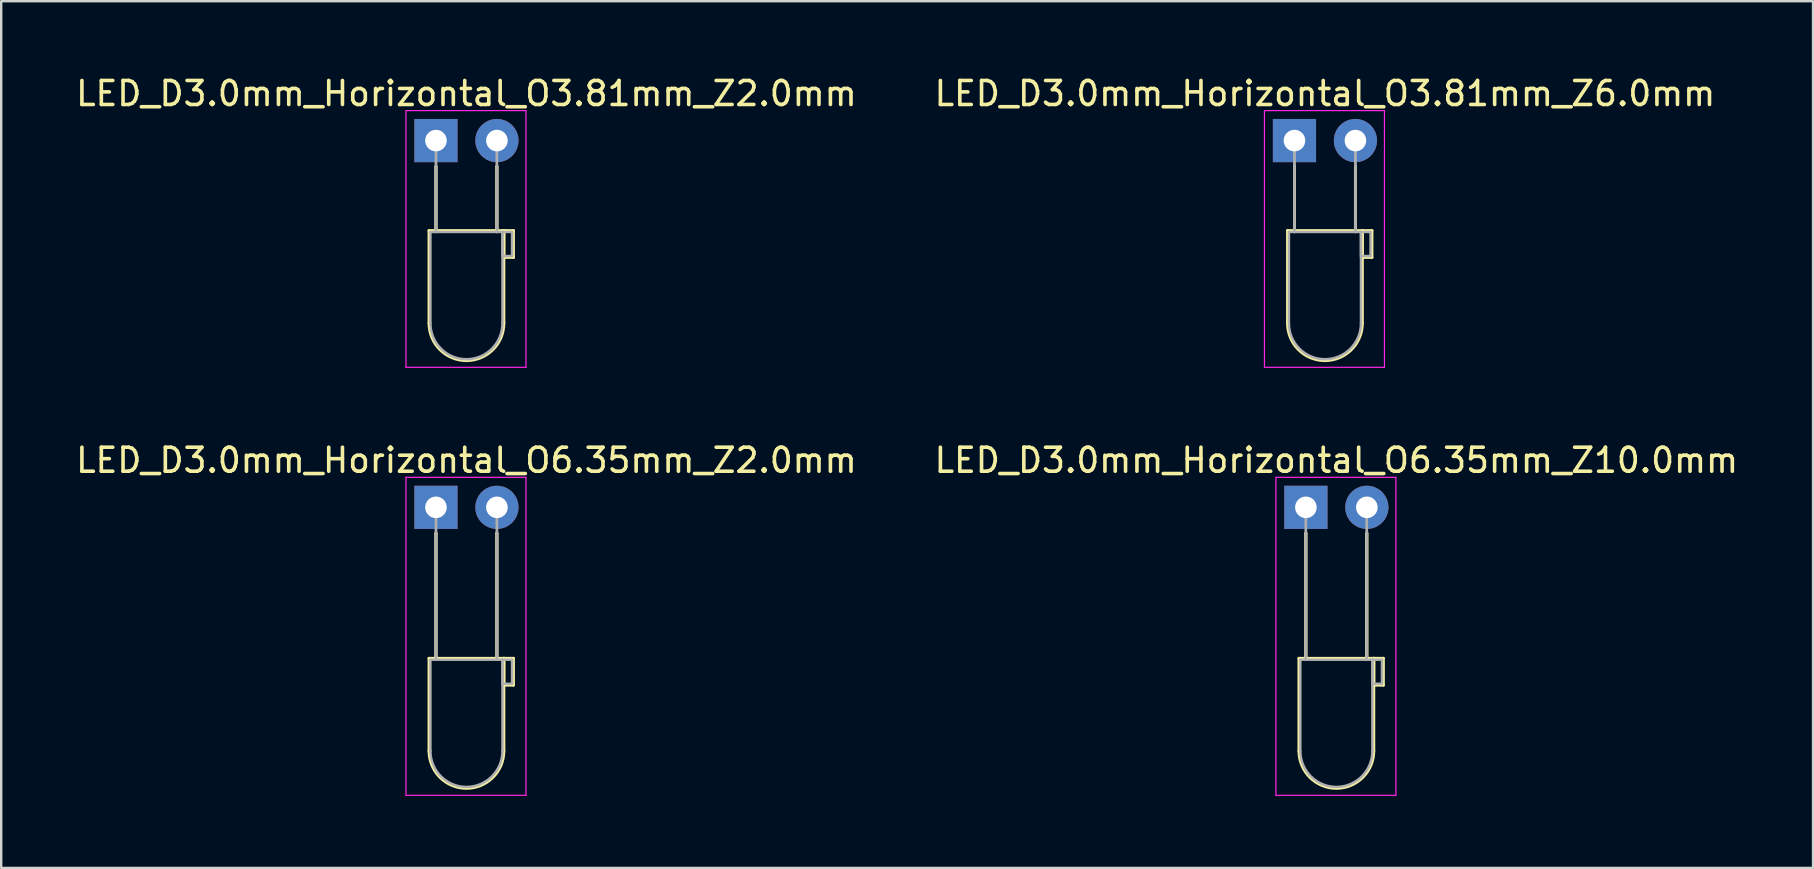
<source format=kicad_pcb>
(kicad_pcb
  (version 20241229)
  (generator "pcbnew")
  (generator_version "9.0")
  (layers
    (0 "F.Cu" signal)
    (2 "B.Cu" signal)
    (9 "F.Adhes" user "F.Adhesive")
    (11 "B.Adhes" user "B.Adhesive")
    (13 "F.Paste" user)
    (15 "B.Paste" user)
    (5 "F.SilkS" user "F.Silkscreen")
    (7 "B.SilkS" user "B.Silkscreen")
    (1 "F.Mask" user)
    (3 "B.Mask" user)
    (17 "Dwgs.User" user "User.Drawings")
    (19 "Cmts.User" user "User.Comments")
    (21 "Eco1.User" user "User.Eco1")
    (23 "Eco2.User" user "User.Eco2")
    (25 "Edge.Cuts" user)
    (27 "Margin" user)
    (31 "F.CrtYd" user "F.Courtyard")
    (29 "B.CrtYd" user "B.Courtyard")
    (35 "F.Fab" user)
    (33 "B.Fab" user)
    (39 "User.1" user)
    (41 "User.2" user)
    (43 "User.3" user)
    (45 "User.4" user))
  (footprint "LED_D3.0mm_Horizontal_O3.81mm_Z6.0mm"
    (layer "F.Cu")
    (at 50.891 2.808)
    (property "Reference" "LED_D3.0mm_Horizontal_O3.81mm_Z6.0mm" (at 1.27 -1.96 0) (layer "F.SilkS") (effects (font (size 1 1) (thickness 0.15))))
    (attr through_hole)
    (fp_line (start -0.29 3.75) (end -0.29 7.61) (stroke (width 0.12) (type solid)) (layer "F.SilkS"))
    (fp_line (start -0.29 3.75) (end 2.83 3.75) (stroke (width 0.12) (type solid)) (layer "F.SilkS"))
    (fp_line (start 0 1.08) (end 0 1.08) (stroke (width 0.12) (type solid)) (layer "F.SilkS"))
    (fp_line (start 0 1.08) (end 0 3.75) (stroke (width 0.12) (type solid)) (layer "F.SilkS"))
    (fp_line (start 0 3.75) (end 0 1.08) (stroke (width 0.12) (type solid)) (layer "F.SilkS"))
    (fp_line (start 0 3.75) (end 0 3.75) (stroke (width 0.12) (type solid)) (layer "F.SilkS"))
    (fp_line (start 2.54 1.08) (end 2.54 1.08) (stroke (width 0.12) (type solid)) (layer "F.SilkS"))
    (fp_line (start 2.54 1.08) (end 2.54 3.75) (stroke (width 0.12) (type solid)) (layer "F.SilkS"))
    (fp_line (start 2.54 3.75) (end 2.54 1.08) (stroke (width 0.12) (type solid)) (layer "F.SilkS"))
    (fp_line (start 2.54 3.75) (end 2.54 3.75) (stroke (width 0.12) (type solid)) (layer "F.SilkS"))
    (fp_line (start 2.83 3.75) (end 2.83 7.61) (stroke (width 0.12) (type solid)) (layer "F.SilkS"))
    (fp_line (start 2.83 3.75) (end 3.23 3.75) (stroke (width 0.12) (type solid)) (layer "F.SilkS"))
    (fp_line (start 2.83 4.87) (end 2.83 3.75) (stroke (width 0.12) (type solid)) (layer "F.SilkS"))
    (fp_line (start 3.23 3.75) (end 3.23 4.87) (stroke (width 0.12) (type solid)) (layer "F.SilkS"))
    (fp_line (start 3.23 4.87) (end 2.83 4.87) (stroke (width 0.12) (type solid)) (layer "F.SilkS"))
    (fp_arc (start 2.83 7.61) (mid 1.27 9.17) (end -0.29 7.61) (stroke (width 0.12) (type solid)) (layer "F.SilkS"))
    (fp_line (start -1.25 -1.25) (end -1.25 9.45) (stroke (width 0.05) (type solid)) (layer "F.CrtYd"))
    (fp_line (start -1.25 9.45) (end 3.75 9.45) (stroke (width 0.05) (type solid)) (layer "F.CrtYd"))
    (fp_line (start 3.75 -1.25) (end -1.25 -1.25) (stroke (width 0.05) (type solid)) (layer "F.CrtYd"))
    (fp_line (start 3.75 9.45) (end 3.75 -1.25) (stroke (width 0.05) (type solid)) (layer "F.CrtYd"))
    (fp_line (start -0.23 3.81) (end -0.23 7.61) (stroke (width 0.1) (type solid)) (layer "F.Fab"))
    (fp_line (start -0.23 3.81) (end 2.77 3.81) (stroke (width 0.1) (type solid)) (layer "F.Fab"))
    (fp_line (start 0 0) (end 0 0) (stroke (width 0.1) (type solid)) (layer "F.Fab"))
    (fp_line (start 0 0) (end 0 3.81) (stroke (width 0.1) (type solid)) (layer "F.Fab"))
    (fp_line (start 0 3.81) (end 0 0) (stroke (width 0.1) (type solid)) (layer "F.Fab"))
    (fp_line (start 0 3.81) (end 0 3.81) (stroke (width 0.1) (type solid)) (layer "F.Fab"))
    (fp_line (start 2.54 0) (end 2.54 0) (stroke (width 0.1) (type solid)) (layer "F.Fab"))
    (fp_line (start 2.54 0) (end 2.54 3.81) (stroke (width 0.1) (type solid)) (layer "F.Fab"))
    (fp_line (start 2.54 3.81) (end 2.54 0) (stroke (width 0.1) (type solid)) (layer "F.Fab"))
    (fp_line (start 2.54 3.81) (end 2.54 3.81) (stroke (width 0.1) (type solid)) (layer "F.Fab"))
    (fp_line (start 2.77 3.81) (end 2.77 7.61) (stroke (width 0.1) (type solid)) (layer "F.Fab"))
    (fp_line (start 2.77 3.81) (end 3.17 3.81) (stroke (width 0.1) (type solid)) (layer "F.Fab"))
    (fp_line (start 2.77 4.81) (end 2.77 3.81) (stroke (width 0.1) (type solid)) (layer "F.Fab"))
    (fp_line (start 3.17 3.81) (end 3.17 4.81) (stroke (width 0.1) (type solid)) (layer "F.Fab"))
    (fp_line (start 3.17 4.81) (end 2.77 4.81) (stroke (width 0.1) (type solid)) (layer "F.Fab"))
    (fp_arc (start 2.77 7.61) (mid 1.27 9.11) (end -0.23 7.61) (stroke (width 0.1) (type solid)) (layer "F.Fab"))
    (pad "1" thru_hole rect (at 0 0) (size 1.8 1.8) (drill 0.9) (layers "*.Cu" "*.Mask"))
    (pad "2" thru_hole circle (at 2.54 0) (size 1.8 1.8) (drill 0.9) (layers "*.Cu" "*.Mask")))
  (footprint "LED_D3.0mm_Horizontal_O3.81mm_Z2.0mm"
    (layer "F.Cu")
    (at 15.117 2.808)
    (property "Reference" "LED_D3.0mm_Horizontal_O3.81mm_Z2.0mm" (at 1.27 -1.96 0) (layer "F.SilkS") (effects (font (size 1 1) (thickness 0.15))))
    (attr through_hole)
    (fp_line (start -0.29 3.75) (end -0.29 7.61) (stroke (width 0.12) (type solid)) (layer "F.SilkS"))
    (fp_line (start -0.29 3.75) (end 2.83 3.75) (stroke (width 0.12) (type solid)) (layer "F.SilkS"))
    (fp_line (start 0 1.08) (end 0 1.08) (stroke (width 0.12) (type solid)) (layer "F.SilkS"))
    (fp_line (start 0 1.08) (end 0 3.75) (stroke (width 0.12) (type solid)) (layer "F.SilkS"))
    (fp_line (start 0 3.75) (end 0 1.08) (stroke (width 0.12) (type solid)) (layer "F.SilkS"))
    (fp_line (start 0 3.75) (end 0 3.75) (stroke (width 0.12) (type solid)) (layer "F.SilkS"))
    (fp_line (start 2.54 1.08) (end 2.54 1.08) (stroke (width 0.12) (type solid)) (layer "F.SilkS"))
    (fp_line (start 2.54 1.08) (end 2.54 3.75) (stroke (width 0.12) (type solid)) (layer "F.SilkS"))
    (fp_line (start 2.54 3.75) (end 2.54 1.08) (stroke (width 0.12) (type solid)) (layer "F.SilkS"))
    (fp_line (start 2.54 3.75) (end 2.54 3.75) (stroke (width 0.12) (type solid)) (layer "F.SilkS"))
    (fp_line (start 2.83 3.75) (end 2.83 7.61) (stroke (width 0.12) (type solid)) (layer "F.SilkS"))
    (fp_line (start 2.83 3.75) (end 3.23 3.75) (stroke (width 0.12) (type solid)) (layer "F.SilkS"))
    (fp_line (start 2.83 4.87) (end 2.83 3.75) (stroke (width 0.12) (type solid)) (layer "F.SilkS"))
    (fp_line (start 3.23 3.75) (end 3.23 4.87) (stroke (width 0.12) (type solid)) (layer "F.SilkS"))
    (fp_line (start 3.23 4.87) (end 2.83 4.87) (stroke (width 0.12) (type solid)) (layer "F.SilkS"))
    (fp_arc (start 2.83 7.61) (mid 1.27 9.17) (end -0.29 7.61) (stroke (width 0.12) (type solid)) (layer "F.SilkS"))
    (fp_line (start -1.25 -1.25) (end -1.25 9.45) (stroke (width 0.05) (type solid)) (layer "F.CrtYd"))
    (fp_line (start -1.25 9.45) (end 3.75 9.45) (stroke (width 0.05) (type solid)) (layer "F.CrtYd"))
    (fp_line (start 3.75 -1.25) (end -1.25 -1.25) (stroke (width 0.05) (type solid)) (layer "F.CrtYd"))
    (fp_line (start 3.75 9.45) (end 3.75 -1.25) (stroke (width 0.05) (type solid)) (layer "F.CrtYd"))
    (fp_line (start -0.23 3.81) (end -0.23 7.61) (stroke (width 0.1) (type solid)) (layer "F.Fab"))
    (fp_line (start -0.23 3.81) (end 2.77 3.81) (stroke (width 0.1) (type solid)) (layer "F.Fab"))
    (fp_line (start 0 0) (end 0 0) (stroke (width 0.1) (type solid)) (layer "F.Fab"))
    (fp_line (start 0 0) (end 0 3.81) (stroke (width 0.1) (type solid)) (layer "F.Fab"))
    (fp_line (start 0 3.81) (end 0 0) (stroke (width 0.1) (type solid)) (layer "F.Fab"))
    (fp_line (start 0 3.81) (end 0 3.81) (stroke (width 0.1) (type solid)) (layer "F.Fab"))
    (fp_line (start 2.54 0) (end 2.54 0) (stroke (width 0.1) (type solid)) (layer "F.Fab"))
    (fp_line (start 2.54 0) (end 2.54 3.81) (stroke (width 0.1) (type solid)) (layer "F.Fab"))
    (fp_line (start 2.54 3.81) (end 2.54 0) (stroke (width 0.1) (type solid)) (layer "F.Fab"))
    (fp_line (start 2.54 3.81) (end 2.54 3.81) (stroke (width 0.1) (type solid)) (layer "F.Fab"))
    (fp_line (start 2.77 3.81) (end 2.77 7.61) (stroke (width 0.1) (type solid)) (layer "F.Fab"))
    (fp_line (start 2.77 3.81) (end 3.17 3.81) (stroke (width 0.1) (type solid)) (layer "F.Fab"))
    (fp_line (start 2.77 4.81) (end 2.77 3.81) (stroke (width 0.1) (type solid)) (layer "F.Fab"))
    (fp_line (start 3.17 3.81) (end 3.17 4.81) (stroke (width 0.1) (type solid)) (layer "F.Fab"))
    (fp_line (start 3.17 4.81) (end 2.77 4.81) (stroke (width 0.1) (type solid)) (layer "F.Fab"))
    (fp_arc (start 2.77 7.61) (mid 1.27 9.11) (end -0.23 7.61) (stroke (width 0.1) (type solid)) (layer "F.Fab"))
    (pad "1" thru_hole rect (at 0 0) (size 1.8 1.8) (drill 0.9) (layers "*.Cu" "*.Mask"))
    (pad "2" thru_hole circle (at 2.54 0) (size 1.8 1.8) (drill 0.9) (layers "*.Cu" "*.Mask")))
  (footprint "LED_D3.0mm_Horizontal_O6.35mm_Z2.0mm"
    (layer "F.Cu")
    (at 15.117 18.091)
    (property "Reference" "LED_D3.0mm_Horizontal_O6.35mm_Z2.0mm" (at 1.27 -1.96 0) (layer "F.SilkS") (effects (font (size 1 1) (thickness 0.15))))
    (attr through_hole)
    (fp_line (start -0.29 6.29) (end -0.29 10.15) (stroke (width 0.12) (type solid)) (layer "F.SilkS"))
    (fp_line (start -0.29 6.29) (end 2.83 6.29) (stroke (width 0.12) (type solid)) (layer "F.SilkS"))
    (fp_line (start 0 1.08) (end 0 1.08) (stroke (width 0.12) (type solid)) (layer "F.SilkS"))
    (fp_line (start 0 1.08) (end 0 6.29) (stroke (width 0.12) (type solid)) (layer "F.SilkS"))
    (fp_line (start 0 6.29) (end 0 1.08) (stroke (width 0.12) (type solid)) (layer "F.SilkS"))
    (fp_line (start 0 6.29) (end 0 6.29) (stroke (width 0.12) (type solid)) (layer "F.SilkS"))
    (fp_line (start 2.54 1.08) (end 2.54 1.08) (stroke (width 0.12) (type solid)) (layer "F.SilkS"))
    (fp_line (start 2.54 1.08) (end 2.54 6.29) (stroke (width 0.12) (type solid)) (layer "F.SilkS"))
    (fp_line (start 2.54 6.29) (end 2.54 1.08) (stroke (width 0.12) (type solid)) (layer "F.SilkS"))
    (fp_line (start 2.54 6.29) (end 2.54 6.29) (stroke (width 0.12) (type solid)) (layer "F.SilkS"))
    (fp_line (start 2.83 6.29) (end 2.83 10.15) (stroke (width 0.12) (type solid)) (layer "F.SilkS"))
    (fp_line (start 2.83 6.29) (end 3.23 6.29) (stroke (width 0.12) (type solid)) (layer "F.SilkS"))
    (fp_line (start 2.83 7.41) (end 2.83 6.29) (stroke (width 0.12) (type solid)) (layer "F.SilkS"))
    (fp_line (start 3.23 6.29) (end 3.23 7.41) (stroke (width 0.12) (type solid)) (layer "F.SilkS"))
    (fp_line (start 3.23 7.41) (end 2.83 7.41) (stroke (width 0.12) (type solid)) (layer "F.SilkS"))
    (fp_arc (start 2.83 10.15) (mid 1.27 11.71) (end -0.29 10.15) (stroke (width 0.12) (type solid)) (layer "F.SilkS"))
    (fp_line (start -1.25 -1.25) (end -1.25 12) (stroke (width 0.05) (type solid)) (layer "F.CrtYd"))
    (fp_line (start -1.25 12) (end 3.75 12) (stroke (width 0.05) (type solid)) (layer "F.CrtYd"))
    (fp_line (start 3.75 -1.25) (end -1.25 -1.25) (stroke (width 0.05) (type solid)) (layer "F.CrtYd"))
    (fp_line (start 3.75 12) (end 3.75 -1.25) (stroke (width 0.05) (type solid)) (layer "F.CrtYd"))
    (fp_line (start -0.23 6.35) (end -0.23 10.15) (stroke (width 0.1) (type solid)) (layer "F.Fab"))
    (fp_line (start -0.23 6.35) (end 2.77 6.35) (stroke (width 0.1) (type solid)) (layer "F.Fab"))
    (fp_line (start 0 0) (end 0 0) (stroke (width 0.1) (type solid)) (layer "F.Fab"))
    (fp_line (start 0 0) (end 0 6.35) (stroke (width 0.1) (type solid)) (layer "F.Fab"))
    (fp_line (start 0 6.35) (end 0 0) (stroke (width 0.1) (type solid)) (layer "F.Fab"))
    (fp_line (start 0 6.35) (end 0 6.35) (stroke (width 0.1) (type solid)) (layer "F.Fab"))
    (fp_line (start 2.54 0) (end 2.54 0) (stroke (width 0.1) (type solid)) (layer "F.Fab"))
    (fp_line (start 2.54 0) (end 2.54 6.35) (stroke (width 0.1) (type solid)) (layer "F.Fab"))
    (fp_line (start 2.54 6.35) (end 2.54 0) (stroke (width 0.1) (type solid)) (layer "F.Fab"))
    (fp_line (start 2.54 6.35) (end 2.54 6.35) (stroke (width 0.1) (type solid)) (layer "F.Fab"))
    (fp_line (start 2.77 6.35) (end 2.77 10.15) (stroke (width 0.1) (type solid)) (layer "F.Fab"))
    (fp_line (start 2.77 6.35) (end 3.17 6.35) (stroke (width 0.1) (type solid)) (layer "F.Fab"))
    (fp_line (start 2.77 7.35) (end 2.77 6.35) (stroke (width 0.1) (type solid)) (layer "F.Fab"))
    (fp_line (start 3.17 6.35) (end 3.17 7.35) (stroke (width 0.1) (type solid)) (layer "F.Fab"))
    (fp_line (start 3.17 7.35) (end 2.77 7.35) (stroke (width 0.1) (type solid)) (layer "F.Fab"))
    (fp_arc (start 2.77 10.15) (mid 1.27 11.65) (end -0.23 10.15) (stroke (width 0.1) (type solid)) (layer "F.Fab"))
    (pad "1" thru_hole rect (at 0 0) (size 1.8 1.8) (drill 0.9) (layers "*.Cu" "*.Mask"))
    (pad "2" thru_hole circle (at 2.54 0) (size 1.8 1.8) (drill 0.9) (layers "*.Cu" "*.Mask")))
  (footprint "LED_D3.0mm_Horizontal_O6.35mm_Z10.0mm"
    (layer "F.Cu")
    (at 51.367 18.091)
    (property "Reference" "LED_D3.0mm_Horizontal_O6.35mm_Z10.0mm" (at 1.27 -1.96 0) (layer "F.SilkS") (effects (font (size 1 1) (thickness 0.15))))
    (attr through_hole)
    (fp_line (start -0.29 6.29) (end -0.29 10.15) (stroke (width 0.12) (type solid)) (layer "F.SilkS"))
    (fp_line (start -0.29 6.29) (end 2.83 6.29) (stroke (width 0.12) (type solid)) (layer "F.SilkS"))
    (fp_line (start 0 1.08) (end 0 1.08) (stroke (width 0.12) (type solid)) (layer "F.SilkS"))
    (fp_line (start 0 1.08) (end 0 6.29) (stroke (width 0.12) (type solid)) (layer "F.SilkS"))
    (fp_line (start 0 6.29) (end 0 1.08) (stroke (width 0.12) (type solid)) (layer "F.SilkS"))
    (fp_line (start 0 6.29) (end 0 6.29) (stroke (width 0.12) (type solid)) (layer "F.SilkS"))
    (fp_line (start 2.54 1.08) (end 2.54 1.08) (stroke (width 0.12) (type solid)) (layer "F.SilkS"))
    (fp_line (start 2.54 1.08) (end 2.54 6.29) (stroke (width 0.12) (type solid)) (layer "F.SilkS"))
    (fp_line (start 2.54 6.29) (end 2.54 1.08) (stroke (width 0.12) (type solid)) (layer "F.SilkS"))
    (fp_line (start 2.54 6.29) (end 2.54 6.29) (stroke (width 0.12) (type solid)) (layer "F.SilkS"))
    (fp_line (start 2.83 6.29) (end 2.83 10.15) (stroke (width 0.12) (type solid)) (layer "F.SilkS"))
    (fp_line (start 2.83 6.29) (end 3.23 6.29) (stroke (width 0.12) (type solid)) (layer "F.SilkS"))
    (fp_line (start 2.83 7.41) (end 2.83 6.29) (stroke (width 0.12) (type solid)) (layer "F.SilkS"))
    (fp_line (start 3.23 6.29) (end 3.23 7.41) (stroke (width 0.12) (type solid)) (layer "F.SilkS"))
    (fp_line (start 3.23 7.41) (end 2.83 7.41) (stroke (width 0.12) (type solid)) (layer "F.SilkS"))
    (fp_arc (start 2.83 10.15) (mid 1.27 11.71) (end -0.29 10.15) (stroke (width 0.12) (type solid)) (layer "F.SilkS"))
    (fp_line (start -1.25 -1.25) (end -1.25 12) (stroke (width 0.05) (type solid)) (layer "F.CrtYd"))
    (fp_line (start -1.25 12) (end 3.75 12) (stroke (width 0.05) (type solid)) (layer "F.CrtYd"))
    (fp_line (start 3.75 -1.25) (end -1.25 -1.25) (stroke (width 0.05) (type solid)) (layer "F.CrtYd"))
    (fp_line (start 3.75 12) (end 3.75 -1.25) (stroke (width 0.05) (type solid)) (layer "F.CrtYd"))
    (fp_line (start -0.23 6.35) (end -0.23 10.15) (stroke (width 0.1) (type solid)) (layer "F.Fab"))
    (fp_line (start -0.23 6.35) (end 2.77 6.35) (stroke (width 0.1) (type solid)) (layer "F.Fab"))
    (fp_line (start 0 0) (end 0 0) (stroke (width 0.1) (type solid)) (layer "F.Fab"))
    (fp_line (start 0 0) (end 0 6.35) (stroke (width 0.1) (type solid)) (layer "F.Fab"))
    (fp_line (start 0 6.35) (end 0 0) (stroke (width 0.1) (type solid)) (layer "F.Fab"))
    (fp_line (start 0 6.35) (end 0 6.35) (stroke (width 0.1) (type solid)) (layer "F.Fab"))
    (fp_line (start 2.54 0) (end 2.54 0) (stroke (width 0.1) (type solid)) (layer "F.Fab"))
    (fp_line (start 2.54 0) (end 2.54 6.35) (stroke (width 0.1) (type solid)) (layer "F.Fab"))
    (fp_line (start 2.54 6.35) (end 2.54 0) (stroke (width 0.1) (type solid)) (layer "F.Fab"))
    (fp_line (start 2.54 6.35) (end 2.54 6.35) (stroke (width 0.1) (type solid)) (layer "F.Fab"))
    (fp_line (start 2.77 6.35) (end 2.77 10.15) (stroke (width 0.1) (type solid)) (layer "F.Fab"))
    (fp_line (start 2.77 6.35) (end 3.17 6.35) (stroke (width 0.1) (type solid)) (layer "F.Fab"))
    (fp_line (start 2.77 7.35) (end 2.77 6.35) (stroke (width 0.1) (type solid)) (layer "F.Fab"))
    (fp_line (start 3.17 6.35) (end 3.17 7.35) (stroke (width 0.1) (type solid)) (layer "F.Fab"))
    (fp_line (start 3.17 7.35) (end 2.77 7.35) (stroke (width 0.1) (type solid)) (layer "F.Fab"))
    (fp_arc (start 2.77 10.15) (mid 1.27 11.65) (end -0.23 10.15) (stroke (width 0.1) (type solid)) (layer "F.Fab"))
    (pad "1" thru_hole rect (at 0 0) (size 1.8 1.8) (drill 0.9) (layers "*.Cu" "*.Mask"))
    (pad "2" thru_hole circle (at 2.54 0) (size 1.8 1.8) (drill 0.9) (layers "*.Cu" "*.Mask")))
  (gr_rect
    (start -3 -3)
    (end 72.5 33.117)
    (stroke (width 0.1) (type default))
    (fill no)
    (layer "Edge.Cuts")))
</source>
